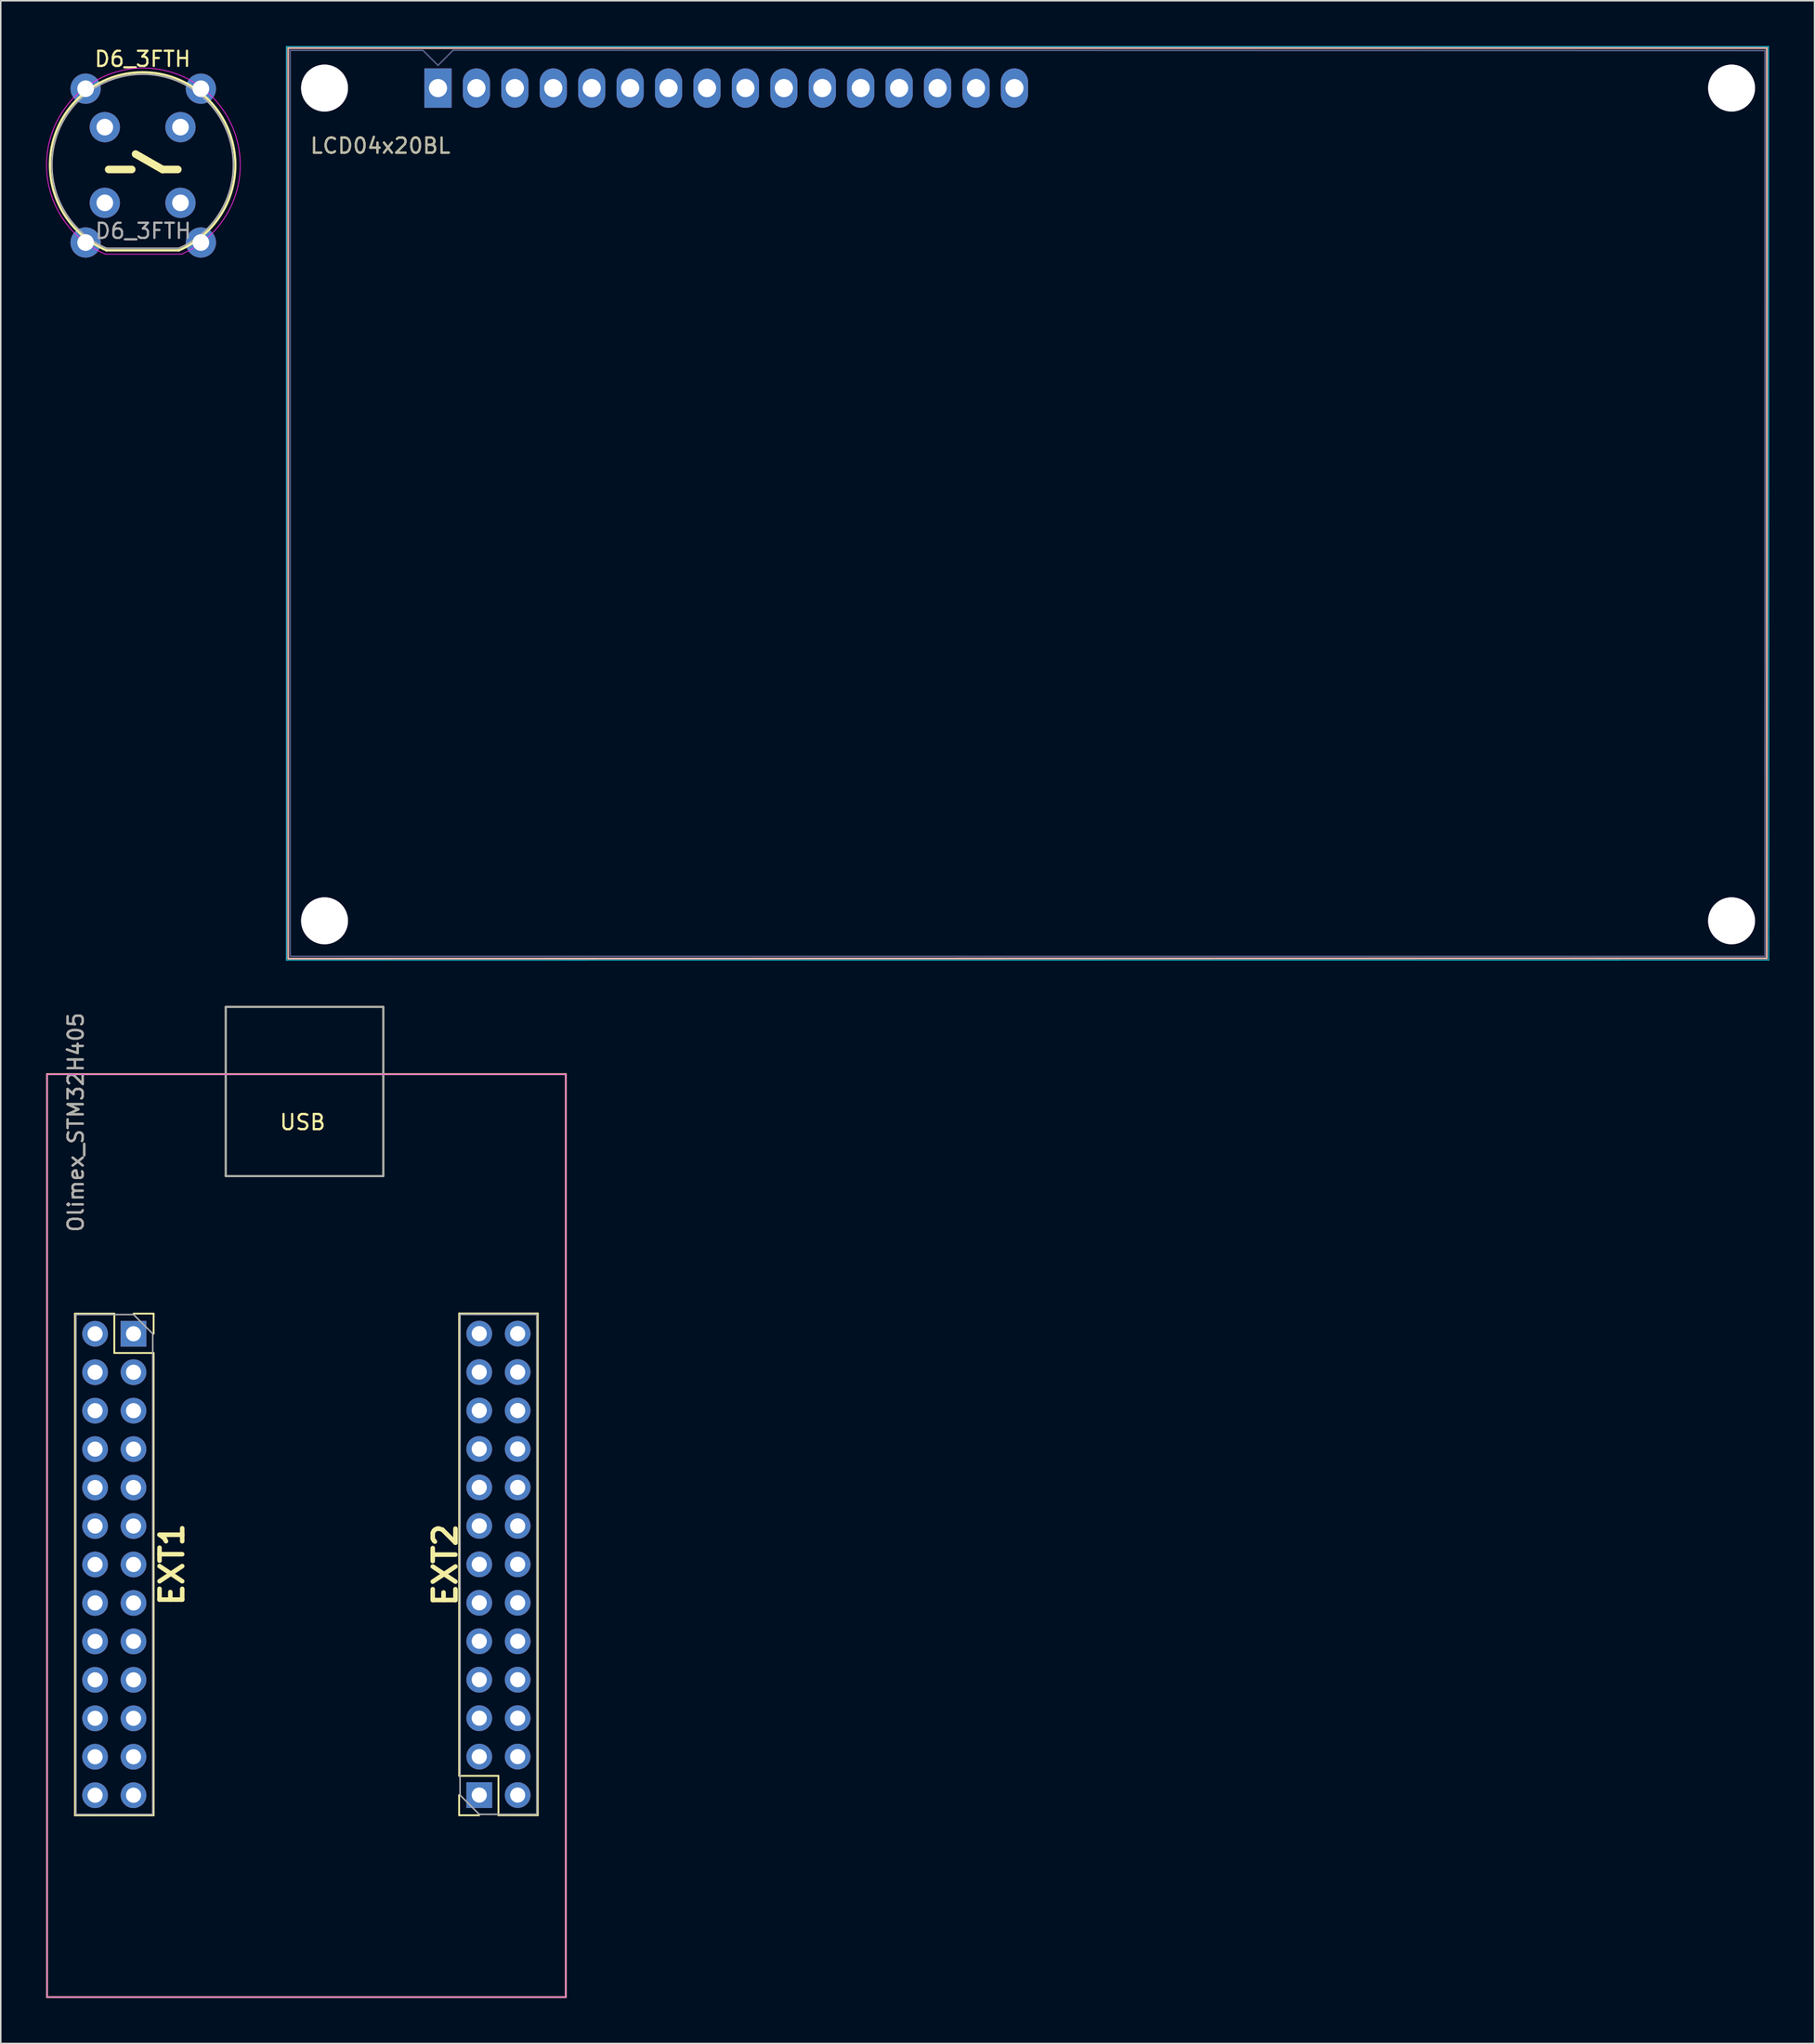
<source format=kicad_pcb>
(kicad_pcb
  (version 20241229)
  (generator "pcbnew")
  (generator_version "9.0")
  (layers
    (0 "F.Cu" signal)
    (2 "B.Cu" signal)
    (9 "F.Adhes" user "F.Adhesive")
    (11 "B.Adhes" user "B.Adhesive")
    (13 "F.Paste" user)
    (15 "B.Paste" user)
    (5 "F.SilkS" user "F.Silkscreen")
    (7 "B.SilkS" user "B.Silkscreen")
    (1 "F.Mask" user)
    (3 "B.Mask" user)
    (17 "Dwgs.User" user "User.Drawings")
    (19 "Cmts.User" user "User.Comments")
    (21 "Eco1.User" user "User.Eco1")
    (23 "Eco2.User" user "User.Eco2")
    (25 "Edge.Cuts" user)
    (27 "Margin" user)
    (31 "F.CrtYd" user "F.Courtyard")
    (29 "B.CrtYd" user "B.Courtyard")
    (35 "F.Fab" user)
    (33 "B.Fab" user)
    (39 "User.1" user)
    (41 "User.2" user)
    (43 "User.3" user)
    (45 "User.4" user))
  (footprint "Olimex_STM32H405"
    (layer "F.Cu")
    (at 3.235 85.045)
    (property "Reference" "Olimex_STM32H405" (at -1.27 -13.97 90) (layer "F.SilkS") (effects (font (size 1 1) (thickness 0.15))))
    (attr through_hole)
    (fp_line (start -3.175 -17.145) (end -3.175 43.815) (stroke (width 0.12) (type solid)) (layer "F.SilkS"))
    (fp_line (start -3.175 43.815) (end 31.115 43.815) (stroke (width 0.12) (type solid)) (layer "F.SilkS"))
    (fp_line (start -1.33 -1.33) (end -1.33 31.81) (stroke (width 0.12) (type solid)) (layer "F.SilkS"))
    (fp_line (start 1.27 -1.33) (end -1.33 -1.33) (stroke (width 0.12) (type solid)) (layer "F.SilkS"))
    (fp_line (start 1.27 1.27) (end 1.27 -1.33) (stroke (width 0.12) (type solid)) (layer "F.SilkS"))
    (fp_line (start 3.87 -1.33) (end 2.54 -1.33) (stroke (width 0.12) (type solid)) (layer "F.SilkS"))
    (fp_line (start 3.87 0) (end 3.87 -1.33) (stroke (width 0.12) (type solid)) (layer "F.SilkS"))
    (fp_line (start 3.87 1.27) (end 1.27 1.27) (stroke (width 0.12) (type solid)) (layer "F.SilkS"))
    (fp_line (start 3.87 1.27) (end 3.87 31.81) (stroke (width 0.12) (type solid)) (layer "F.SilkS"))
    (fp_line (start 3.87 31.81) (end -1.33 31.81) (stroke (width 0.12) (type solid)) (layer "F.SilkS"))
    (fp_line (start 8.636 -21.59) (end 19.05 -21.59) (stroke (width 0.12) (type solid)) (layer "F.SilkS"))
    (fp_line (start 8.636 -10.414) (end 8.636 -21.59) (stroke (width 0.12) (type solid)) (layer "F.SilkS"))
    (fp_line (start 19.05 -21.59) (end 19.05 -10.414) (stroke (width 0.12) (type solid)) (layer "F.SilkS"))
    (fp_line (start 19.05 -10.414) (end 8.636 -10.414) (stroke (width 0.12) (type solid)) (layer "F.SilkS"))
    (fp_line (start 24.061 -1.339) (end 29.261 -1.339) (stroke (width 0.12) (type solid)) (layer "F.SilkS"))
    (fp_line (start 24.061 29.201) (end 24.061 -1.339) (stroke (width 0.12) (type solid)) (layer "F.SilkS"))
    (fp_line (start 24.061 29.201) (end 26.661 29.201) (stroke (width 0.12) (type solid)) (layer "F.SilkS"))
    (fp_line (start 24.061 30.471) (end 24.061 31.801) (stroke (width 0.12) (type solid)) (layer "F.SilkS"))
    (fp_line (start 24.061 31.801) (end 25.391 31.801) (stroke (width 0.12) (type solid)) (layer "F.SilkS"))
    (fp_line (start 26.661 29.201) (end 26.661 31.801) (stroke (width 0.12) (type solid)) (layer "F.SilkS"))
    (fp_line (start 26.661 31.801) (end 29.261 31.801) (stroke (width 0.12) (type solid)) (layer "F.SilkS"))
    (fp_line (start 29.261 31.801) (end 29.261 -1.339) (stroke (width 0.12) (type solid)) (layer "F.SilkS"))
    (fp_line (start 31.115 -17.145) (end -3.175 -17.145) (stroke (width 0.12) (type solid)) (layer "F.SilkS"))
    (fp_line (start 31.115 43.815) (end 31.115 -17.145) (stroke (width 0.12) (type solid)) (layer "F.SilkS"))
    (fp_line (start -3.175 -17.14) (end -3.175 43.815) (stroke (width 0.05) (type solid)) (layer "F.CrtYd"))
    (fp_line (start -3.175 43.815) (end 31.115 43.815) (stroke (width 0.05) (type solid)) (layer "F.CrtYd"))
    (fp_line (start 31.115 -17.14) (end -3.175 -17.14) (stroke (width 0.05) (type solid)) (layer "F.CrtYd"))
    (fp_line (start 31.115 43.815) (end 31.115 -17.14) (stroke (width 0.05) (type solid)) (layer "F.CrtYd"))
    (fp_line (start -1.27 -1.27) (end -1.27 31.75) (stroke (width 0.1) (type solid)) (layer "F.Fab"))
    (fp_line (start -1.27 31.75) (end 3.81 31.75) (stroke (width 0.1) (type solid)) (layer "F.Fab"))
    (fp_line (start 2.54 -1.27) (end -1.27 -1.27) (stroke (width 0.1) (type solid)) (layer "F.Fab"))
    (fp_line (start 3.81 0) (end 2.54 -1.27) (stroke (width 0.1) (type solid)) (layer "F.Fab"))
    (fp_line (start 3.81 31.75) (end 3.81 0) (stroke (width 0.1) (type solid)) (layer "F.Fab"))
    (fp_line (start 8.636 -21.59) (end 8.636 -10.414) (stroke (width 0.12) (type solid)) (layer "F.Fab"))
    (fp_line (start 8.636 -10.414) (end 19.05 -10.414) (stroke (width 0.12) (type solid)) (layer "F.Fab"))
    (fp_line (start 19.05 -21.59) (end 8.636 -21.59) (stroke (width 0.12) (type solid)) (layer "F.Fab"))
    (fp_line (start 19.05 -10.414) (end 19.05 -21.59) (stroke (width 0.12) (type solid)) (layer "F.Fab"))
    (fp_line (start 24.121 -1.279) (end 24.121 30.471) (stroke (width 0.1) (type solid)) (layer "F.Fab"))
    (fp_line (start 24.121 30.471) (end 25.391 31.741) (stroke (width 0.1) (type solid)) (layer "F.Fab"))
    (fp_line (start 25.391 31.741) (end 29.201 31.741) (stroke (width 0.1) (type solid)) (layer "F.Fab"))
    (fp_line (start 29.201 -1.279) (end 24.121 -1.279) (stroke (width 0.1) (type solid)) (layer "F.Fab"))
    (fp_line (start 29.201 31.741) (end 29.201 -1.279) (stroke (width 0.1) (type solid)) (layer "F.Fab"))
    (fp_text user "EXT2" (at 23.139 15.265 90) (layer "F.SilkS") (effects (font (size 1.5 1.5) (thickness 0.3))))
    (fp_text user "USB" (at 13.716 -13.97 0) (layer "F.SilkS") (effects (font (size 1 1) (thickness 0.15))))
    (fp_text user "EXT1" (at 5.08 15.24 90) (layer "F.SilkS") (effects (font (size 1.5 1.5) (thickness 0.3))))
    (fp_text user "${REFERENCE}" (at -1.27 -13.97 90) (layer "F.Fab") (effects (font (size 1 1) (thickness 0.15))))
    (pad "1" thru_hole rect (at 2.54 0) (size 1.7 1.7) (drill 1) (layers "*.Cu" "*.Mask"))
    (pad "2" thru_hole oval (at 0 0) (size 1.7 1.7) (drill 1) (layers "*.Cu" "*.Mask"))
    (pad "3" thru_hole oval (at 2.54 2.54) (size 1.7 1.7) (drill 1) (layers "*.Cu" "*.Mask"))
    (pad "4" thru_hole oval (at 0 2.54) (size 1.7 1.7) (drill 1) (layers "*.Cu" "*.Mask"))
    (pad "5" thru_hole oval (at 2.54 5.08) (size 1.7 1.7) (drill 1) (layers "*.Cu" "*.Mask"))
    (pad "6" thru_hole oval (at 0 5.08) (size 1.7 1.7) (drill 1) (layers "*.Cu" "*.Mask"))
    (pad "7" thru_hole oval (at 2.54 7.62) (size 1.7 1.7) (drill 1) (layers "*.Cu" "*.Mask"))
    (pad "8" thru_hole oval (at 0 7.62) (size 1.7 1.7) (drill 1) (layers "*.Cu" "*.Mask"))
    (pad "9" thru_hole oval (at 2.54 10.16) (size 1.7 1.7) (drill 1) (layers "*.Cu" "*.Mask"))
    (pad "10" thru_hole oval (at 0 10.16) (size 1.7 1.7) (drill 1) (layers "*.Cu" "*.Mask"))
    (pad "11" thru_hole oval (at 2.54 12.7) (size 1.7 1.7) (drill 1) (layers "*.Cu" "*.Mask"))
    (pad "12" thru_hole oval (at 0 12.7) (size 1.7 1.7) (drill 1) (layers "*.Cu" "*.Mask"))
    (pad "13" thru_hole oval (at 2.54 15.24) (size 1.7 1.7) (drill 1) (layers "*.Cu" "*.Mask"))
    (pad "14" thru_hole oval (at 0 15.24) (size 1.7 1.7) (drill 1) (layers "*.Cu" "*.Mask"))
    (pad "15" thru_hole oval (at 2.54 17.78) (size 1.7 1.7) (drill 1) (layers "*.Cu" "*.Mask"))
    (pad "16" thru_hole oval (at 0 17.78) (size 1.7 1.7) (drill 1) (layers "*.Cu" "*.Mask"))
    (pad "17" thru_hole oval (at 2.54 20.32) (size 1.7 1.7) (drill 1) (layers "*.Cu" "*.Mask"))
    (pad "18" thru_hole oval (at 0 20.32) (size 1.7 1.7) (drill 1) (layers "*.Cu" "*.Mask"))
    (pad "19" thru_hole oval (at 2.54 22.86) (size 1.7 1.7) (drill 1) (layers "*.Cu" "*.Mask"))
    (pad "20" thru_hole oval (at 0 22.86) (size 1.7 1.7) (drill 1) (layers "*.Cu" "*.Mask"))
    (pad "21" thru_hole oval (at 2.54 25.4) (size 1.7 1.7) (drill 1) (layers "*.Cu" "*.Mask"))
    (pad "22" thru_hole oval (at 0 25.4) (size 1.7 1.7) (drill 1) (layers "*.Cu" "*.Mask"))
    (pad "23" thru_hole oval (at 2.54 27.94) (size 1.7 1.7) (drill 1) (layers "*.Cu" "*.Mask"))
    (pad "24" thru_hole oval (at 0 27.94) (size 1.7 1.7) (drill 1) (layers "*.Cu" "*.Mask"))
    (pad "25" thru_hole oval (at 2.54 30.48) (size 1.7 1.7) (drill 1) (layers "*.Cu" "*.Mask"))
    (pad "26" thru_hole oval (at 0 30.48) (size 1.7 1.7) (drill 1) (layers "*.Cu" "*.Mask"))
    (pad "27" thru_hole rect (at 25.391 30.471 180) (size 1.7 1.7) (drill 1) (layers "*.Cu" "*.Mask"))
    (pad "28" thru_hole oval (at 27.931 30.471 180) (size 1.7 1.7) (drill 1) (layers "*.Cu" "*.Mask"))
    (pad "29" thru_hole oval (at 25.391 27.931 180) (size 1.7 1.7) (drill 1) (layers "*.Cu" "*.Mask"))
    (pad "30" thru_hole oval (at 27.931 27.931 180) (size 1.7 1.7) (drill 1) (layers "*.Cu" "*.Mask"))
    (pad "31" thru_hole oval (at 25.391 25.391 180) (size 1.7 1.7) (drill 1) (layers "*.Cu" "*.Mask"))
    (pad "32" thru_hole oval (at 27.931 25.391 180) (size 1.7 1.7) (drill 1) (layers "*.Cu" "*.Mask"))
    (pad "33" thru_hole oval (at 25.391 22.851 180) (size 1.7 1.7) (drill 1) (layers "*.Cu" "*.Mask"))
    (pad "34" thru_hole oval (at 27.931 22.851 180) (size 1.7 1.7) (drill 1) (layers "*.Cu" "*.Mask"))
    (pad "35" thru_hole oval (at 25.391 20.311 180) (size 1.7 1.7) (drill 1) (layers "*.Cu" "*.Mask"))
    (pad "36" thru_hole oval (at 27.931 20.311 180) (size 1.7 1.7) (drill 1) (layers "*.Cu" "*.Mask"))
    (pad "37" thru_hole oval (at 25.391 17.771 180) (size 1.7 1.7) (drill 1) (layers "*.Cu" "*.Mask"))
    (pad "38" thru_hole oval (at 27.931 17.771 180) (size 1.7 1.7) (drill 1) (layers "*.Cu" "*.Mask"))
    (pad "39" thru_hole oval (at 25.391 15.231 180) (size 1.7 1.7) (drill 1) (layers "*.Cu" "*.Mask"))
    (pad "40" thru_hole oval (at 27.931 15.231 180) (size 1.7 1.7) (drill 1) (layers "*.Cu" "*.Mask"))
    (pad "41" thru_hole oval (at 25.391 12.691 180) (size 1.7 1.7) (drill 1) (layers "*.Cu" "*.Mask"))
    (pad "42" thru_hole oval (at 27.931 12.691 180) (size 1.7 1.7) (drill 1) (layers "*.Cu" "*.Mask"))
    (pad "43" thru_hole oval (at 25.391 10.151 180) (size 1.7 1.7) (drill 1) (layers "*.Cu" "*.Mask"))
    (pad "44" thru_hole oval (at 27.931 10.151 180) (size 1.7 1.7) (drill 1) (layers "*.Cu" "*.Mask"))
    (pad "45" thru_hole oval (at 25.391 7.611 180) (size 1.7 1.7) (drill 1) (layers "*.Cu" "*.Mask"))
    (pad "46" thru_hole oval (at 27.931 7.611 180) (size 1.7 1.7) (drill 1) (layers "*.Cu" "*.Mask"))
    (pad "47" thru_hole oval (at 25.391 5.071 180) (size 1.7 1.7) (drill 1) (layers "*.Cu" "*.Mask"))
    (pad "48" thru_hole oval (at 27.931 5.071 180) (size 1.7 1.7) (drill 1) (layers "*.Cu" "*.Mask"))
    (pad "49" thru_hole oval (at 25.391 2.531 180) (size 1.7 1.7) (drill 1) (layers "*.Cu" "*.Mask"))
    (pad "50" thru_hole oval (at 27.931 2.531 180) (size 1.7 1.7) (drill 1) (layers "*.Cu" "*.Mask"))
    (pad "51" thru_hole oval (at 25.391 -0.009 180) (size 1.7 1.7) (drill 1) (layers "*.Cu" "*.Mask"))
    (pad "52" thru_hole oval (at 27.931 -0.009 180) (size 1.7 1.7) (drill 1) (layers "*.Cu" "*.Mask")))
  (footprint "LCD04x20BL"
    (layer "F.Cu")
    (at 25.9 2.768)
    (property "Reference" "LCD04x20BL" (at -3.81 3.81 0) (layer "F.SilkS") (effects (font (size 1 1) (thickness 0.15))))
    (attr through_hole)
    (fp_line (start -9.91 -2.642) (end -9.91 57.493) (stroke (width 0.12) (type solid)) (layer "B.SilkS"))
    (fp_line (start -9.906 57.5) (end 87.833 57.48) (stroke (width 0.12) (type solid)) (layer "B.SilkS"))
    (fp_line (start 87.83 57.48) (end 87.834 -2.64) (stroke (width 0.12) (type solid)) (layer "B.SilkS"))
    (fp_line (start 87.833 -2.642) (end -9.91 -2.642) (stroke (width 0.12) (type solid)) (layer "B.SilkS"))
    (fp_line (start -10.02 57.602) (end 87.957 57.594) (stroke (width 0.05) (type solid)) (layer "B.CrtYd"))
    (fp_line (start -10.02 -2.743) (end -10.02 57.602) (stroke (width 0.05) (type solid)) (layer "B.CrtYd"))
    (fp_line (start -10.02 -2.743) (end 87.944 -2.743) (stroke (width 0.05) (type solid)) (layer "B.CrtYd"))
    (fp_line (start 87.944 -2.743) (end 87.957 57.594) (stroke (width 0.05) (type solid)) (layer "B.CrtYd"))
    (fp_line (start -9.771 57.34) (end -9.771 -2.489) (stroke (width 0.1) (type solid)) (layer "B.Fab"))
    (fp_line (start -1.041 -2.489) (end -9.771 -2.489) (stroke (width 0.1) (type solid)) (layer "B.Fab"))
    (fp_line (start 0 -1.5) (end -1 -2.5) (stroke (width 0.1) (type solid)) (layer "B.Fab"))
    (fp_line (start 1 -2.5) (end 0 -1.5) (stroke (width 0.1) (type solid)) (layer "B.Fab"))
    (fp_line (start 1 -2.5) (end 87.706 -2.477) (stroke (width 0.1) (type solid)) (layer "B.Fab"))
    (fp_line (start 87.706 -2.477) (end 87.706 57.353) (stroke (width 0.1) (type solid)) (layer "B.Fab"))
    (fp_line (start 87.706 57.353) (end -9.766 57.348) (stroke (width 0.1) (type solid)) (layer "B.Fab"))
    (fp_text user "${REFERENCE}" (at -3.81 3.81 0) (layer "F.Fab") (effects (font (size 1 1) (thickness 0.1))))
    (pad "" thru_hole circle (at -7.499 0) (size 3.1 3.1) (drill 3.1) (layers "*.Cu" "*.Mask"))
    (pad "" thru_hole circle (at -7.499 55.001) (size 3.1 3.1) (drill 3.1) (layers "*.Cu" "*.Mask"))
    (pad "" thru_hole circle (at 85.499 55.001) (size 3.1 3.1) (drill 3.1) (layers "*.Cu" "*.Mask"))
    (pad "" thru_hole circle (at 85.5 0) (size 3.1 3.1) (drill 3.1) (layers "*.Cu" "*.Mask"))
    (pad "1" thru_hole rect (at 0 0) (size 1.8 2.6) (drill 1.2) (layers "*.Cu" "*.Mask"))
    (pad "2" thru_hole oval (at 2.54 0) (size 1.8 2.6) (drill 1.2) (layers "*.Cu" "*.Mask"))
    (pad "3" thru_hole oval (at 5.08 0) (size 1.8 2.6) (drill 1.2) (layers "*.Cu" "*.Mask"))
    (pad "4" thru_hole oval (at 7.62 0) (size 1.8 2.6) (drill 1.2) (layers "*.Cu" "*.Mask"))
    (pad "5" thru_hole oval (at 10.16 0) (size 1.8 2.6) (drill 1.2) (layers "*.Cu" "*.Mask"))
    (pad "6" thru_hole oval (at 12.7 0) (size 1.8 2.6) (drill 1.2) (layers "*.Cu" "*.Mask"))
    (pad "7" thru_hole oval (at 15.24 0) (size 1.8 2.6) (drill 1.2) (layers "*.Cu" "*.Mask"))
    (pad "8" thru_hole oval (at 17.78 0) (size 1.8 2.6) (drill 1.2) (layers "*.Cu" "*.Mask"))
    (pad "9" thru_hole oval (at 20.32 0) (size 1.8 2.6) (drill 1.2) (layers "*.Cu" "*.Mask"))
    (pad "10" thru_hole oval (at 22.86 0) (size 1.8 2.6) (drill 1.2) (layers "*.Cu" "*.Mask"))
    (pad "11" thru_hole oval (at 25.4 0) (size 1.8 2.6) (drill 1.2) (layers "*.Cu" "*.Mask"))
    (pad "12" thru_hole oval (at 27.94 0) (size 1.8 2.6) (drill 1.2) (layers "*.Cu" "*.Mask"))
    (pad "13" thru_hole oval (at 30.48 0) (size 1.8 2.6) (drill 1.2) (layers "*.Cu" "*.Mask"))
    (pad "14" thru_hole oval (at 33.02 0) (size 1.8 2.6) (drill 1.2) (layers "*.Cu" "*.Mask"))
    (pad "15" thru_hole oval (at 35.56 0) (size 1.8 2.6) (drill 1.2) (layers "*.Cu" "*.Mask"))
    (pad "16" thru_hole oval (at 38.1 0) (size 1.8 2.6) (drill 1.2) (layers "*.Cu" "*.Mask")))
  (footprint "D6_3FTH"
    (layer "F.Cu")
    (at 3.878 5.348)
    (property "Reference" "D6_3FTH" (at 2.5 -4.5 0) (layer "F.SilkS") (effects (font (size 1 1) (thickness 0.15))))
    (attr through_hole)
    (fp_line (start 0.254 2.794) (end 1.778 2.794) (stroke (width 0.5) (type solid)) (layer "F.SilkS"))
    (fp_line (start 3.81 2.794) (end 2.032 1.778) (stroke (width 0.5) (type solid)) (layer "F.SilkS"))
    (fp_line (start 4.826 2.794) (end 3.81 2.794) (stroke (width 0.5) (type solid)) (layer "F.SilkS"))
    (fp_line (start 4.89 8.14) (end 0.11 8.14) (stroke (width 0.15) (type solid)) (layer "F.SilkS"))
    (fp_arc (start 0.11 8.14) (mid 2.496283 -3.625495) (end 4.896843 8.137095) (stroke (width 0.15) (type solid)) (layer "F.SilkS"))
    (fp_line (start 0.04 8.39) (end 5.06 8.39) (stroke (width 0.05) (type solid)) (layer "F.CrtYd"))
    (fp_arc (start 0.04 8.39) (mid 2.55 -3.902515) (end 5.06 8.39) (stroke (width 0.05) (type solid)) (layer "F.CrtYd"))
    (fp_line (start 0.11 8) (end 4.89 8) (stroke (width 0.1) (type solid)) (layer "F.Fab"))
    (fp_arc (start 0.11 8) (mid 2.498654 -3.496841) (end 4.892469 7.998926) (stroke (width 0.1) (type solid)) (layer "F.Fab"))
    (fp_text user "${REFERENCE}" (at 2.54 6.858 0) (layer "F.Fab") (effects (font (size 1 1) (thickness 0.15))))
    (pad "1" thru_hole circle (at -1.27 -2.54) (size 2 2) (drill 1.1) (layers "*.Cu" "*.Mask"))
    (pad "1" thru_hole circle (at -1.27 7.62) (size 2 2) (drill 1.1) (layers "*.Cu" "*.Mask"))
    (pad "1" thru_hole circle (at 0 0) (size 2 2) (drill 1.1) (layers "*.Cu" "*.Mask"))
    (pad "1" thru_hole circle (at 0 5) (size 2 2) (drill 1.1) (layers "*.Cu" "*.Mask"))
    (pad "2" thru_hole circle (at 5 0) (size 2 2) (drill 1.1) (layers "*.Cu" "*.Mask"))
    (pad "2" thru_hole circle (at 5 5) (size 2 2) (drill 1.1) (layers "*.Cu" "*.Mask"))
    (pad "2" thru_hole circle (at 6.35 -2.54) (size 2 2) (drill 1.1) (layers "*.Cu" "*.Mask"))
    (pad "2" thru_hole circle (at 6.35 7.62) (size 2 2) (drill 1.1) (layers "*.Cu" "*.Mask")))
  (gr_rect
    (start -3 -3)
    (end 116.882 131.92)
    (stroke (width 0.1) (type default))
    (fill no)
    (layer "Edge.Cuts")))
</source>
